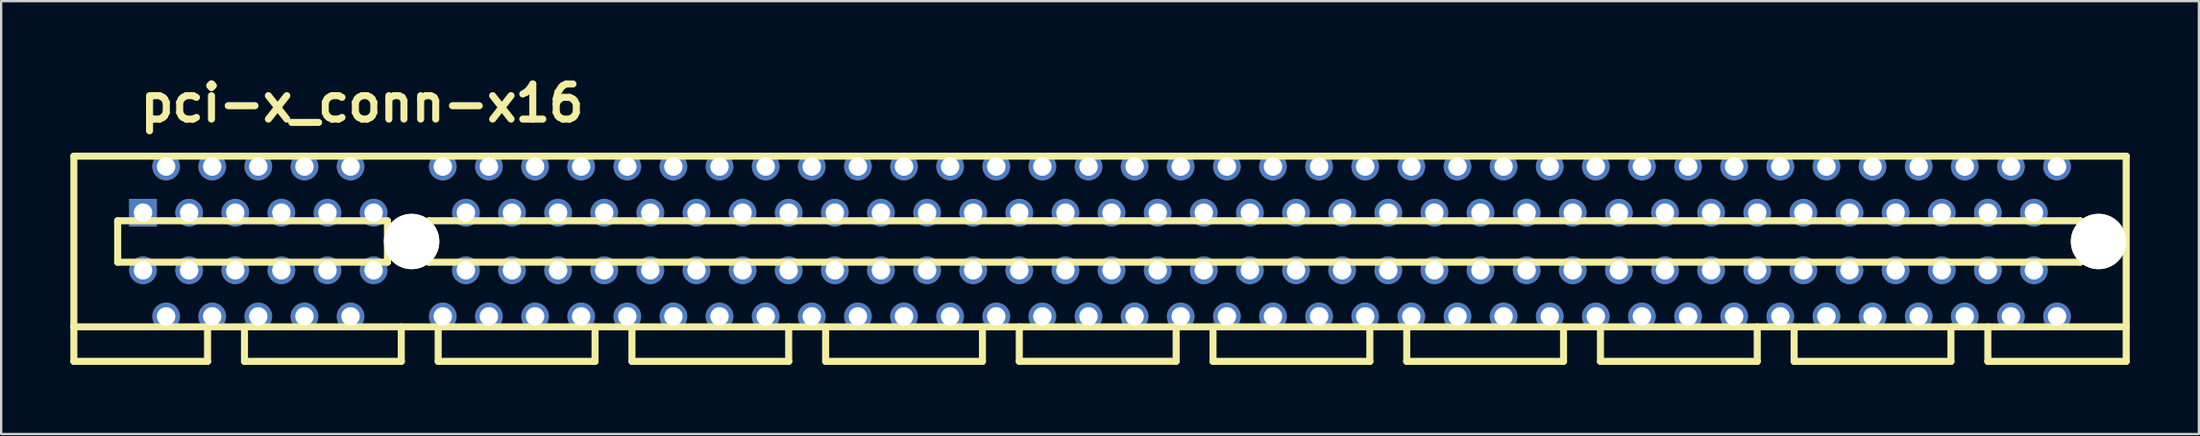
<source format=kicad_pcb>
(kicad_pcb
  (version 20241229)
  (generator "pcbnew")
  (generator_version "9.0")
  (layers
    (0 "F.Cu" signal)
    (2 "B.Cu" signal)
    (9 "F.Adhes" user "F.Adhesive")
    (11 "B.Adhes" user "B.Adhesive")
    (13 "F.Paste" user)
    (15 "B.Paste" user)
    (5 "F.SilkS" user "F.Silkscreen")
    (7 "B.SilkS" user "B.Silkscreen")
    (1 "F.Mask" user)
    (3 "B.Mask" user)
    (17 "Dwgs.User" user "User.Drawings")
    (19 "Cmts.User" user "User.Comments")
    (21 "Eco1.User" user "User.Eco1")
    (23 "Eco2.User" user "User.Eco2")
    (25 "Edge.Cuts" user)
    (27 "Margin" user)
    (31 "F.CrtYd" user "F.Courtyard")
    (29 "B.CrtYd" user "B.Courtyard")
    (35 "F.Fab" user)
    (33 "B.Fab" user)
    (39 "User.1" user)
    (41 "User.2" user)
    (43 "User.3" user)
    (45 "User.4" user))
  (footprint "pci-x_conn-x16"
    (layer "F.Cu")
    (at 12.652 7.426)
    (property "Reference" "pci-x_conn-x16" (at 0 -5.999 0) (layer "F.SilkS") (effects (font (size 1.524 1.524) (thickness 0.305))))
    (attr through_hole)
    (fp_line (start -12.499 -3.701) (end -12.499 3.701) (stroke (width 0.305) (type solid)) (layer "F.SilkS"))
    (fp_line (start -12.499 3.701) (end -12.499 5.199) (stroke (width 0.305) (type solid)) (layer "F.SilkS"))
    (fp_line (start -12.499 3.701) (end 76.5 3.701) (stroke (width 0.305) (type solid)) (layer "F.SilkS"))
    (fp_line (start -10.599 -0.899) (end -10.599 0.899) (stroke (width 0.305) (type solid)) (layer "F.SilkS"))
    (fp_line (start -10.599 -0.899) (end 1.1 -0.899) (stroke (width 0.305) (type solid)) (layer "F.SilkS"))
    (fp_line (start -6.701 5.199) (end -12.499 5.199) (stroke (width 0.305) (type solid)) (layer "F.SilkS"))
    (fp_line (start -6.701 5.199) (end -6.701 3.701) (stroke (width 0.305) (type solid)) (layer "F.SilkS"))
    (fp_line (start -5.1 3.701) (end -5.1 5.199) (stroke (width 0.305) (type solid)) (layer "F.SilkS"))
    (fp_line (start -5.098 5.199) (end 1.702 5.199) (stroke (width 0.305) (type solid)) (layer "F.SilkS"))
    (fp_line (start 1.1 0.899) (end -10.599 0.899) (stroke (width 0.305) (type solid)) (layer "F.SilkS"))
    (fp_line (start 1.1 0.899) (end 1.1 -0.899) (stroke (width 0.305) (type solid)) (layer "F.SilkS"))
    (fp_line (start 1.699 5.199) (end 1.699 3.701) (stroke (width 0.305) (type solid)) (layer "F.SilkS"))
    (fp_line (start 2.901 0.899) (end 2.901 -0.899) (stroke (width 0.305) (type solid)) (layer "F.SilkS"))
    (fp_line (start 2.901 0.899) (end 74.501 0.899) (stroke (width 0.305) (type solid)) (layer "F.SilkS"))
    (fp_line (start 3.299 3.701) (end 3.299 5.199) (stroke (width 0.305) (type solid)) (layer "F.SilkS"))
    (fp_line (start 3.302 5.199) (end 10.102 5.199) (stroke (width 0.305) (type solid)) (layer "F.SilkS"))
    (fp_line (start 10.102 5.199) (end 10.102 3.701) (stroke (width 0.305) (type solid)) (layer "F.SilkS"))
    (fp_line (start 11.702 5.199) (end 11.702 3.701) (stroke (width 0.305) (type solid)) (layer "F.SilkS"))
    (fp_line (start 11.702 5.199) (end 18.501 5.199) (stroke (width 0.305) (type solid)) (layer "F.SilkS"))
    (fp_line (start 18.499 5.199) (end 18.499 3.701) (stroke (width 0.305) (type solid)) (layer "F.SilkS"))
    (fp_line (start 20.102 3.701) (end 20.102 5.199) (stroke (width 0.305) (type solid)) (layer "F.SilkS"))
    (fp_line (start 20.102 5.199) (end 26.901 5.199) (stroke (width 0.305) (type solid)) (layer "F.SilkS"))
    (fp_line (start 26.901 5.199) (end 26.901 3.701) (stroke (width 0.305) (type solid)) (layer "F.SilkS"))
    (fp_line (start 28.499 3.701) (end 28.499 5.199) (stroke (width 0.305) (type solid)) (layer "F.SilkS"))
    (fp_line (start 28.501 5.197) (end 35.301 5.197) (stroke (width 0.305) (type solid)) (layer "F.SilkS"))
    (fp_line (start 35.301 5.199) (end 35.301 3.701) (stroke (width 0.305) (type solid)) (layer "F.SilkS"))
    (fp_line (start 36.901 5.199) (end 36.901 3.701) (stroke (width 0.305) (type solid)) (layer "F.SilkS"))
    (fp_line (start 36.901 5.199) (end 43.701 5.199) (stroke (width 0.305) (type solid)) (layer "F.SilkS"))
    (fp_line (start 43.701 5.199) (end 43.701 3.701) (stroke (width 0.305) (type solid)) (layer "F.SilkS"))
    (fp_line (start 45.301 5.199) (end 45.301 3.701) (stroke (width 0.305) (type solid)) (layer "F.SilkS"))
    (fp_line (start 52.1 5.199) (end 45.301 5.199) (stroke (width 0.305) (type solid)) (layer "F.SilkS"))
    (fp_line (start 52.1 5.199) (end 52.1 3.701) (stroke (width 0.305) (type solid)) (layer "F.SilkS"))
    (fp_line (start 53.701 5.199) (end 53.701 3.701) (stroke (width 0.305) (type solid)) (layer "F.SilkS"))
    (fp_line (start 53.701 5.199) (end 60.5 5.199) (stroke (width 0.305) (type solid)) (layer "F.SilkS"))
    (fp_line (start 60.5 5.199) (end 60.5 3.701) (stroke (width 0.305) (type solid)) (layer "F.SilkS"))
    (fp_line (start 62.1 5.199) (end 62.1 3.701) (stroke (width 0.305) (type solid)) (layer "F.SilkS"))
    (fp_line (start 68.9 5.199) (end 62.1 5.199) (stroke (width 0.305) (type solid)) (layer "F.SilkS"))
    (fp_line (start 68.9 5.199) (end 68.9 3.701) (stroke (width 0.305) (type solid)) (layer "F.SilkS"))
    (fp_line (start 70.5 5.199) (end 70.5 3.701) (stroke (width 0.305) (type solid)) (layer "F.SilkS"))
    (fp_line (start 74.501 -0.899) (end 2.901 -0.899) (stroke (width 0.305) (type solid)) (layer "F.SilkS"))
    (fp_line (start 74.503 -0.899) (end 74.503 0.899) (stroke (width 0.305) (type solid)) (layer "F.SilkS"))
    (fp_line (start 76.5 -3.701) (end -12.499 -3.701) (stroke (width 0.305) (type solid)) (layer "F.SilkS"))
    (fp_line (start 76.5 -3.701) (end 76.5 5.199) (stroke (width 0.305) (type solid)) (layer "F.SilkS"))
    (fp_line (start 76.5 5.199) (end 70.5 5.199) (stroke (width 0.305) (type solid)) (layer "F.SilkS"))
    (pad "" np_thru_hole circle (at 2.149 0) (size 2.4 2.4) (drill 2.4) (layers "*.Cu" "F.SilkS"))
    (pad "" np_thru_hole circle (at 75.301 0) (size 2.4 2.4) (drill 2.4) (layers "*.Cu" "F.SilkS"))
    (pad "A1" thru_hole rect (at -9.5 -1.25) (size 1.199 1.199) (drill 0.8) (layers "*.Cu" "*.Mask"))
    (pad "A2" thru_hole circle (at -8.499 -3.251) (size 1.199 1.199) (drill 0.8) (layers "*.Cu" "*.Mask"))
    (pad "A3" thru_hole circle (at -7.501 -1.25) (size 1.199 1.199) (drill 0.8) (layers "*.Cu" "*.Mask"))
    (pad "A4" thru_hole circle (at -6.5 -3.251) (size 1.199 1.199) (drill 0.8) (layers "*.Cu" "*.Mask"))
    (pad "A5" thru_hole circle (at -5.499 -1.25) (size 1.199 1.199) (drill 0.8) (layers "*.Cu" "*.Mask"))
    (pad "A6" thru_hole circle (at -4.501 -3.251) (size 1.199 1.199) (drill 0.8) (layers "*.Cu" "*.Mask"))
    (pad "A7" thru_hole circle (at -3.5 -1.25) (size 1.199 1.199) (drill 0.8) (layers "*.Cu" "*.Mask"))
    (pad "A8" thru_hole circle (at -2.499 -3.251) (size 1.199 1.199) (drill 0.8) (layers "*.Cu" "*.Mask"))
    (pad "A9" thru_hole circle (at -1.501 -1.25) (size 1.199 1.199) (drill 0.8) (layers "*.Cu" "*.Mask"))
    (pad "A10" thru_hole circle (at -0.5 -3.251) (size 1.199 1.199) (drill 0.8) (layers "*.Cu" "*.Mask"))
    (pad "A11" thru_hole circle (at 0.5 -1.25) (size 1.199 1.199) (drill 0.8) (layers "*.Cu" "*.Mask"))
    (pad "A12" thru_hole circle (at 3.5 -3.251) (size 1.199 1.199) (drill 0.8) (layers "*.Cu" "*.Mask"))
    (pad "A13" thru_hole circle (at 4.501 -1.25) (size 1.199 1.199) (drill 0.8) (layers "*.Cu" "*.Mask"))
    (pad "A14" thru_hole circle (at 5.499 -3.251) (size 1.199 1.199) (drill 0.8) (layers "*.Cu" "*.Mask"))
    (pad "A15" thru_hole circle (at 6.5 -1.25) (size 1.199 1.199) (drill 0.8) (layers "*.Cu" "*.Mask"))
    (pad "A16" thru_hole circle (at 7.501 -3.251) (size 1.199 1.199) (drill 0.8) (layers "*.Cu" "*.Mask"))
    (pad "A17" thru_hole circle (at 8.499 -1.25) (size 1.199 1.199) (drill 0.8) (layers "*.Cu" "*.Mask"))
    (pad "A18" thru_hole circle (at 9.5 -3.251) (size 1.199 1.199) (drill 0.8) (layers "*.Cu" "*.Mask"))
    (pad "A19" thru_hole circle (at 10.5 -1.25) (size 1.199 1.199) (drill 0.8) (layers "*.Cu" "*.Mask"))
    (pad "A20" thru_hole circle (at 11.501 -3.251) (size 1.199 1.199) (drill 0.8) (layers "*.Cu" "*.Mask"))
    (pad "A21" thru_hole circle (at 12.499 -1.25) (size 1.199 1.199) (drill 0.8) (layers "*.Cu" "*.Mask"))
    (pad "A22" thru_hole circle (at 13.5 -3.251) (size 1.199 1.199) (drill 0.8) (layers "*.Cu" "*.Mask"))
    (pad "A23" thru_hole circle (at 14.501 -1.25) (size 1.199 1.199) (drill 0.8) (layers "*.Cu" "*.Mask"))
    (pad "A24" thru_hole circle (at 15.499 -3.251) (size 1.199 1.199) (drill 0.8) (layers "*.Cu" "*.Mask"))
    (pad "A25" thru_hole circle (at 16.5 -1.25) (size 1.199 1.199) (drill 0.8) (layers "*.Cu" "*.Mask"))
    (pad "A26" thru_hole circle (at 17.501 -3.251) (size 1.199 1.199) (drill 0.8) (layers "*.Cu" "*.Mask"))
    (pad "A27" thru_hole circle (at 18.499 -1.25) (size 1.199 1.199) (drill 0.8) (layers "*.Cu" "*.Mask"))
    (pad "A28" thru_hole circle (at 19.5 -3.251) (size 1.199 1.199) (drill 0.8) (layers "*.Cu" "*.Mask"))
    (pad "A29" thru_hole circle (at 20.5 -1.25) (size 1.199 1.199) (drill 0.8) (layers "*.Cu" "*.Mask"))
    (pad "A30" thru_hole circle (at 21.501 -3.251) (size 1.199 1.199) (drill 0.8) (layers "*.Cu" "*.Mask"))
    (pad "A31" thru_hole circle (at 22.499 -1.25) (size 1.199 1.199) (drill 0.8) (layers "*.Cu" "*.Mask"))
    (pad "A32" thru_hole circle (at 23.5 -3.251) (size 1.199 1.199) (drill 0.8) (layers "*.Cu" "*.Mask"))
    (pad "A33" thru_hole circle (at 24.501 -1.25) (size 1.199 1.199) (drill 0.8) (layers "*.Cu" "*.Mask"))
    (pad "A34" thru_hole circle (at 25.499 -3.251) (size 1.199 1.199) (drill 0.8) (layers "*.Cu" "*.Mask"))
    (pad "A35" thru_hole circle (at 26.5 -1.25) (size 1.199 1.199) (drill 0.8) (layers "*.Cu" "*.Mask"))
    (pad "A36" thru_hole circle (at 27.501 -3.251) (size 1.199 1.199) (drill 0.8) (layers "*.Cu" "*.Mask"))
    (pad "A37" thru_hole circle (at 28.499 -1.25) (size 1.199 1.199) (drill 0.8) (layers "*.Cu" "*.Mask"))
    (pad "A38" thru_hole circle (at 29.5 -3.251) (size 1.199 1.199) (drill 0.8) (layers "*.Cu" "*.Mask"))
    (pad "A39" thru_hole circle (at 30.5 -1.25) (size 1.199 1.199) (drill 0.8) (layers "*.Cu" "*.Mask"))
    (pad "A40" thru_hole circle (at 31.501 -3.251) (size 1.199 1.199) (drill 0.8) (layers "*.Cu" "*.Mask"))
    (pad "A41" thru_hole circle (at 32.499 -1.25) (size 1.199 1.199) (drill 0.8) (layers "*.Cu" "*.Mask"))
    (pad "A42" thru_hole circle (at 33.5 -3.251) (size 1.199 1.199) (drill 0.8) (layers "*.Cu" "*.Mask"))
    (pad "A43" thru_hole circle (at 34.501 -1.25) (size 1.199 1.199) (drill 0.8) (layers "*.Cu" "*.Mask"))
    (pad "A44" thru_hole circle (at 35.499 -3.251) (size 1.199 1.199) (drill 0.8) (layers "*.Cu" "*.Mask"))
    (pad "A45" thru_hole circle (at 36.5 -1.25) (size 1.199 1.199) (drill 0.8) (layers "*.Cu" "*.Mask"))
    (pad "A46" thru_hole circle (at 37.501 -3.251) (size 1.199 1.199) (drill 0.8) (layers "*.Cu" "*.Mask"))
    (pad "A47" thru_hole circle (at 38.499 -1.25) (size 1.199 1.199) (drill 0.8) (layers "*.Cu" "*.Mask"))
    (pad "A48" thru_hole circle (at 39.5 -3.251) (size 1.199 1.199) (drill 0.8) (layers "*.Cu" "*.Mask"))
    (pad "A49" thru_hole circle (at 40.5 -1.25) (size 1.199 1.199) (drill 0.8) (layers "*.Cu" "*.Mask"))
    (pad "A50" thru_hole circle (at 41.501 -3.251) (size 1.199 1.199) (drill 0.8) (layers "*.Cu" "*.Mask"))
    (pad "A51" thru_hole circle (at 42.499 -1.25) (size 1.199 1.199) (drill 0.8) (layers "*.Cu" "*.Mask"))
    (pad "A52" thru_hole circle (at 43.5 -3.251) (size 1.199 1.199) (drill 0.8) (layers "*.Cu" "*.Mask"))
    (pad "A53" thru_hole circle (at 44.501 -1.25) (size 1.199 1.199) (drill 0.8) (layers "*.Cu" "*.Mask"))
    (pad "A54" thru_hole circle (at 45.499 -3.251) (size 1.199 1.199) (drill 0.8) (layers "*.Cu" "*.Mask"))
    (pad "A55" thru_hole circle (at 46.5 -1.25) (size 1.199 1.199) (drill 0.8) (layers "*.Cu" "*.Mask"))
    (pad "A56" thru_hole circle (at 47.501 -3.251) (size 1.199 1.199) (drill 0.8) (layers "*.Cu" "*.Mask"))
    (pad "A57" thru_hole circle (at 48.499 -1.25) (size 1.199 1.199) (drill 0.8) (layers "*.Cu" "*.Mask"))
    (pad "A58" thru_hole circle (at 49.5 -3.251) (size 1.199 1.199) (drill 0.8) (layers "*.Cu" "*.Mask"))
    (pad "A59" thru_hole circle (at 50.5 -1.25) (size 1.199 1.199) (drill 0.8) (layers "*.Cu" "*.Mask"))
    (pad "A60" thru_hole circle (at 51.501 -3.251) (size 1.199 1.199) (drill 0.8) (layers "*.Cu" "*.Mask"))
    (pad "A61" thru_hole circle (at 52.499 -1.25) (size 1.199 1.199) (drill 0.8) (layers "*.Cu" "*.Mask"))
    (pad "A62" thru_hole circle (at 53.5 -3.251) (size 1.199 1.199) (drill 0.8) (layers "*.Cu" "*.Mask"))
    (pad "A63" thru_hole circle (at 54.501 -1.25) (size 1.199 1.199) (drill 0.8) (layers "*.Cu" "*.Mask"))
    (pad "A64" thru_hole circle (at 55.499 -3.251) (size 1.199 1.199) (drill 0.8) (layers "*.Cu" "*.Mask"))
    (pad "A65" thru_hole circle (at 56.5 -1.25) (size 1.199 1.199) (drill 0.8) (layers "*.Cu" "*.Mask"))
    (pad "A66" thru_hole circle (at 57.501 -3.251) (size 1.199 1.199) (drill 0.8) (layers "*.Cu" "*.Mask"))
    (pad "A67" thru_hole circle (at 58.499 -1.25) (size 1.199 1.199) (drill 0.8) (layers "*.Cu" "*.Mask"))
    (pad "A68" thru_hole circle (at 59.499 -3.251) (size 1.199 1.199) (drill 0.8) (layers "*.Cu" "*.Mask"))
    (pad "A69" thru_hole circle (at 60.5 -1.25) (size 1.199 1.199) (drill 0.8) (layers "*.Cu" "*.Mask"))
    (pad "A70" thru_hole circle (at 61.501 -3.251) (size 1.199 1.199) (drill 0.8) (layers "*.Cu" "*.Mask"))
    (pad "A71" thru_hole circle (at 62.499 -1.25) (size 1.199 1.199) (drill 0.8) (layers "*.Cu" "*.Mask"))
    (pad "A72" thru_hole circle (at 63.5 -3.251) (size 1.199 1.199) (drill 0.8) (layers "*.Cu" "*.Mask"))
    (pad "A73" thru_hole circle (at 64.501 -1.25) (size 1.199 1.199) (drill 0.8) (layers "*.Cu" "*.Mask"))
    (pad "A74" thru_hole circle (at 65.499 -3.251) (size 1.199 1.199) (drill 0.8) (layers "*.Cu" "*.Mask"))
    (pad "A75" thru_hole circle (at 66.5 -1.25) (size 1.199 1.199) (drill 0.8) (layers "*.Cu" "*.Mask"))
    (pad "A76" thru_hole circle (at 67.501 -3.251) (size 1.199 1.199) (drill 0.8) (layers "*.Cu" "*.Mask"))
    (pad "A77" thru_hole circle (at 68.501 -1.25) (size 1.199 1.199) (drill 0.8) (layers "*.Cu" "*.Mask"))
    (pad "A78" thru_hole circle (at 69.499 -3.251) (size 1.199 1.199) (drill 0.8) (layers "*.Cu" "*.Mask"))
    (pad "A79" thru_hole circle (at 70.5 -1.25) (size 1.199 1.199) (drill 0.8) (layers "*.Cu" "*.Mask"))
    (pad "A80" thru_hole circle (at 71.501 -3.251) (size 1.199 1.199) (drill 0.8) (layers "*.Cu" "*.Mask"))
    (pad "A81" thru_hole circle (at 72.499 -1.25) (size 1.199 1.199) (drill 0.8) (layers "*.Cu" "*.Mask"))
    (pad "A82" thru_hole circle (at 73.5 -3.251) (size 1.199 1.199) (drill 0.8) (layers "*.Cu" "*.Mask"))
    (pad "B1" thru_hole circle (at -9.5 1.25) (size 1.199 1.199) (drill 0.8) (layers "*.Cu" "*.Mask"))
    (pad "B2" thru_hole circle (at -8.499 3.251) (size 1.199 1.199) (drill 0.8) (layers "*.Cu" "*.Mask"))
    (pad "B3" thru_hole circle (at -7.501 1.25) (size 1.199 1.199) (drill 0.8) (layers "*.Cu" "*.Mask"))
    (pad "B4" thru_hole circle (at -6.5 3.251) (size 1.199 1.199) (drill 0.8) (layers "*.Cu" "*.Mask"))
    (pad "B5" thru_hole circle (at -5.499 1.25) (size 1.199 1.199) (drill 0.8) (layers "*.Cu" "*.Mask"))
    (pad "B6" thru_hole circle (at -4.501 3.251) (size 1.199 1.199) (drill 0.8) (layers "*.Cu" "*.Mask"))
    (pad "B7" thru_hole circle (at -3.5 1.25) (size 1.199 1.199) (drill 0.8) (layers "*.Cu" "*.Mask"))
    (pad "B8" thru_hole circle (at -2.499 3.251) (size 1.199 1.199) (drill 0.8) (layers "*.Cu" "*.Mask"))
    (pad "B9" thru_hole circle (at -1.501 1.25) (size 1.199 1.199) (drill 0.8) (layers "*.Cu" "*.Mask"))
    (pad "B10" thru_hole circle (at -0.5 3.251) (size 1.199 1.199) (drill 0.8) (layers "*.Cu" "*.Mask"))
    (pad "B11" thru_hole circle (at 0.5 1.25) (size 1.199 1.199) (drill 0.8) (layers "*.Cu" "*.Mask"))
    (pad "B12" thru_hole circle (at 3.5 3.251) (size 1.199 1.199) (drill 0.8) (layers "*.Cu" "*.Mask"))
    (pad "B13" thru_hole circle (at 4.501 1.25) (size 1.199 1.199) (drill 0.8) (layers "*.Cu" "*.Mask"))
    (pad "B14" thru_hole circle (at 5.499 3.251) (size 1.199 1.199) (drill 0.8) (layers "*.Cu" "*.Mask"))
    (pad "B15" thru_hole circle (at 6.5 1.25) (size 1.199 1.199) (drill 0.8) (layers "*.Cu" "*.Mask"))
    (pad "B16" thru_hole circle (at 7.501 3.251) (size 1.199 1.199) (drill 0.8) (layers "*.Cu" "*.Mask"))
    (pad "B17" thru_hole circle (at 8.499 1.25) (size 1.199 1.199) (drill 0.8) (layers "*.Cu" "*.Mask"))
    (pad "B18" thru_hole circle (at 9.5 3.251) (size 1.199 1.199) (drill 0.8) (layers "*.Cu" "*.Mask"))
    (pad "B19" thru_hole circle (at 10.5 1.25) (size 1.199 1.199) (drill 0.8) (layers "*.Cu" "*.Mask"))
    (pad "B20" thru_hole circle (at 11.501 3.251) (size 1.199 1.199) (drill 0.8) (layers "*.Cu" "*.Mask"))
    (pad "B21" thru_hole circle (at 12.499 1.25) (size 1.199 1.199) (drill 0.8) (layers "*.Cu" "*.Mask"))
    (pad "B22" thru_hole circle (at 13.5 3.251) (size 1.199 1.199) (drill 0.8) (layers "*.Cu" "*.Mask"))
    (pad "B23" thru_hole circle (at 14.501 1.25) (size 1.199 1.199) (drill 0.8) (layers "*.Cu" "*.Mask"))
    (pad "B24" thru_hole circle (at 15.499 3.251) (size 1.199 1.199) (drill 0.8) (layers "*.Cu" "*.Mask"))
    (pad "B25" thru_hole circle (at 16.5 1.25) (size 1.199 1.199) (drill 0.8) (layers "*.Cu" "*.Mask"))
    (pad "B26" thru_hole circle (at 17.501 3.251) (size 1.199 1.199) (drill 0.8) (layers "*.Cu" "*.Mask"))
    (pad "B27" thru_hole circle (at 18.499 1.25) (size 1.199 1.199) (drill 0.8) (layers "*.Cu" "*.Mask"))
    (pad "B28" thru_hole circle (at 19.5 3.251) (size 1.199 1.199) (drill 0.8) (layers "*.Cu" "*.Mask"))
    (pad "B29" thru_hole circle (at 20.5 1.25) (size 1.199 1.199) (drill 0.8) (layers "*.Cu" "*.Mask"))
    (pad "B30" thru_hole circle (at 21.501 3.251) (size 1.199 1.199) (drill 0.8) (layers "*.Cu" "*.Mask"))
    (pad "B31" thru_hole circle (at 22.499 1.25) (size 1.199 1.199) (drill 0.8) (layers "*.Cu" "*.Mask"))
    (pad "B32" thru_hole circle (at 23.5 3.251) (size 1.199 1.199) (drill 0.8) (layers "*.Cu" "*.Mask"))
    (pad "B33" thru_hole circle (at 24.501 1.25) (size 1.199 1.199) (drill 0.8) (layers "*.Cu" "*.Mask"))
    (pad "B34" thru_hole circle (at 25.499 3.251) (size 1.199 1.199) (drill 0.8) (layers "*.Cu" "*.Mask"))
    (pad "B35" thru_hole circle (at 26.5 1.25) (size 1.199 1.199) (drill 0.8) (layers "*.Cu" "*.Mask"))
    (pad "B36" thru_hole circle (at 27.501 3.251) (size 1.199 1.199) (drill 0.8) (layers "*.Cu" "*.Mask"))
    (pad "B37" thru_hole circle (at 28.499 1.25) (size 1.199 1.199) (drill 0.8) (layers "*.Cu" "*.Mask"))
    (pad "B38" thru_hole circle (at 29.5 3.251) (size 1.199 1.199) (drill 0.8) (layers "*.Cu" "*.Mask"))
    (pad "B39" thru_hole circle (at 30.5 1.25) (size 1.199 1.199) (drill 0.8) (layers "*.Cu" "*.Mask"))
    (pad "B40" thru_hole circle (at 31.501 3.251) (size 1.199 1.199) (drill 0.8) (layers "*.Cu" "*.Mask"))
    (pad "B41" thru_hole circle (at 32.499 1.25) (size 1.199 1.199) (drill 0.8) (layers "*.Cu" "*.Mask"))
    (pad "B42" thru_hole circle (at 33.5 3.251) (size 1.199 1.199) (drill 0.8) (layers "*.Cu" "*.Mask"))
    (pad "B43" thru_hole circle (at 34.501 1.25) (size 1.199 1.199) (drill 0.8) (layers "*.Cu" "*.Mask"))
    (pad "B44" thru_hole circle (at 35.499 3.251) (size 1.199 1.199) (drill 0.8) (layers "*.Cu" "*.Mask"))
    (pad "B45" thru_hole circle (at 36.5 1.25) (size 1.199 1.199) (drill 0.8) (layers "*.Cu" "*.Mask"))
    (pad "B46" thru_hole circle (at 37.501 3.251) (size 1.199 1.199) (drill 0.8) (layers "*.Cu" "*.Mask"))
    (pad "B47" thru_hole circle (at 38.499 1.25) (size 1.199 1.199) (drill 0.8) (layers "*.Cu" "*.Mask"))
    (pad "B48" thru_hole circle (at 39.5 3.251) (size 1.199 1.199) (drill 0.8) (layers "*.Cu" "*.Mask"))
    (pad "B49" thru_hole circle (at 40.5 1.25) (size 1.199 1.199) (drill 0.8) (layers "*.Cu" "*.Mask"))
    (pad "B50" thru_hole circle (at 41.501 3.251) (size 1.199 1.199) (drill 0.8) (layers "*.Cu" "*.Mask"))
    (pad "B51" thru_hole circle (at 42.499 1.25) (size 1.199 1.199) (drill 0.8) (layers "*.Cu" "*.Mask"))
    (pad "B52" thru_hole circle (at 43.5 3.251) (size 1.199 1.199) (drill 0.8) (layers "*.Cu" "*.Mask"))
    (pad "B53" thru_hole circle (at 44.501 1.25) (size 1.199 1.199) (drill 0.8) (layers "*.Cu" "*.Mask"))
    (pad "B54" thru_hole circle (at 45.499 3.251) (size 1.199 1.199) (drill 0.8) (layers "*.Cu" "*.Mask"))
    (pad "B55" thru_hole circle (at 46.5 1.25) (size 1.199 1.199) (drill 0.8) (layers "*.Cu" "*.Mask"))
    (pad "B56" thru_hole circle (at 47.501 3.251) (size 1.199 1.199) (drill 0.8) (layers "*.Cu" "*.Mask"))
    (pad "B57" thru_hole circle (at 48.499 1.25) (size 1.199 1.199) (drill 0.8) (layers "*.Cu" "*.Mask"))
    (pad "B58" thru_hole circle (at 49.5 3.251) (size 1.199 1.199) (drill 0.8) (layers "*.Cu" "*.Mask"))
    (pad "B59" thru_hole circle (at 50.5 1.25) (size 1.199 1.199) (drill 0.8) (layers "*.Cu" "*.Mask"))
    (pad "B60" thru_hole circle (at 51.501 3.251) (size 1.199 1.199) (drill 0.8) (layers "*.Cu" "*.Mask"))
    (pad "B61" thru_hole circle (at 52.499 1.25) (size 1.199 1.199) (drill 0.8) (layers "*.Cu" "*.Mask"))
    (pad "B62" thru_hole circle (at 53.5 3.251) (size 1.199 1.199) (drill 0.8) (layers "*.Cu" "*.Mask"))
    (pad "B63" thru_hole circle (at 54.501 1.25) (size 1.199 1.199) (drill 0.8) (layers "*.Cu" "*.Mask"))
    (pad "B64" thru_hole circle (at 55.499 3.251) (size 1.199 1.199) (drill 0.8) (layers "*.Cu" "*.Mask"))
    (pad "B65" thru_hole circle (at 56.5 1.25) (size 1.199 1.199) (drill 0.8) (layers "*.Cu" "*.Mask"))
    (pad "B66" thru_hole circle (at 57.501 3.251) (size 1.199 1.199) (drill 0.8) (layers "*.Cu" "*.Mask"))
    (pad "B67" thru_hole circle (at 58.499 1.25) (size 1.199 1.199) (drill 0.8) (layers "*.Cu" "*.Mask"))
    (pad "B68" thru_hole circle (at 59.499 3.251) (size 1.199 1.199) (drill 0.8) (layers "*.Cu" "*.Mask"))
    (pad "B69" thru_hole circle (at 60.5 1.25) (size 1.199 1.199) (drill 0.8) (layers "*.Cu" "*.Mask"))
    (pad "B70" thru_hole circle (at 61.501 3.251) (size 1.199 1.199) (drill 0.8) (layers "*.Cu" "*.Mask"))
    (pad "B71" thru_hole circle (at 62.499 1.25) (size 1.199 1.199) (drill 0.8) (layers "*.Cu" "*.Mask"))
    (pad "B72" thru_hole circle (at 63.5 3.251) (size 1.199 1.199) (drill 0.8) (layers "*.Cu" "*.Mask"))
    (pad "B73" thru_hole circle (at 64.501 1.25) (size 1.199 1.199) (drill 0.8) (layers "*.Cu" "*.Mask"))
    (pad "B74" thru_hole circle (at 65.499 3.251) (size 1.199 1.199) (drill 0.8) (layers "*.Cu" "*.Mask"))
    (pad "B75" thru_hole circle (at 66.5 1.25) (size 1.199 1.199) (drill 0.8) (layers "*.Cu" "*.Mask"))
    (pad "B76" thru_hole circle (at 67.501 3.251) (size 1.199 1.199) (drill 0.8) (layers "*.Cu" "*.Mask"))
    (pad "B77" thru_hole circle (at 68.501 1.25) (size 1.199 1.199) (drill 0.8) (layers "*.Cu" "*.Mask"))
    (pad "B78" thru_hole circle (at 69.499 3.251) (size 1.199 1.199) (drill 0.8) (layers "*.Cu" "*.Mask"))
    (pad "B79" thru_hole circle (at 70.5 1.25) (size 1.199 1.199) (drill 0.8) (layers "*.Cu" "*.Mask"))
    (pad "B80" thru_hole circle (at 71.501 3.251) (size 1.199 1.199) (drill 0.8) (layers "*.Cu" "*.Mask"))
    (pad "B81" thru_hole circle (at 72.499 1.25) (size 1.199 1.199) (drill 0.8) (layers "*.Cu" "*.Mask"))
    (pad "B82" thru_hole circle (at 73.5 3.251) (size 1.199 1.199) (drill 0.8) (layers "*.Cu" "*.Mask")))
  (gr_rect
    (start -3 -3)
    (end 92.304 15.778)
    (stroke (width 0.1) (type default))
    (fill no)
    (layer "Edge.Cuts")))
</source>
